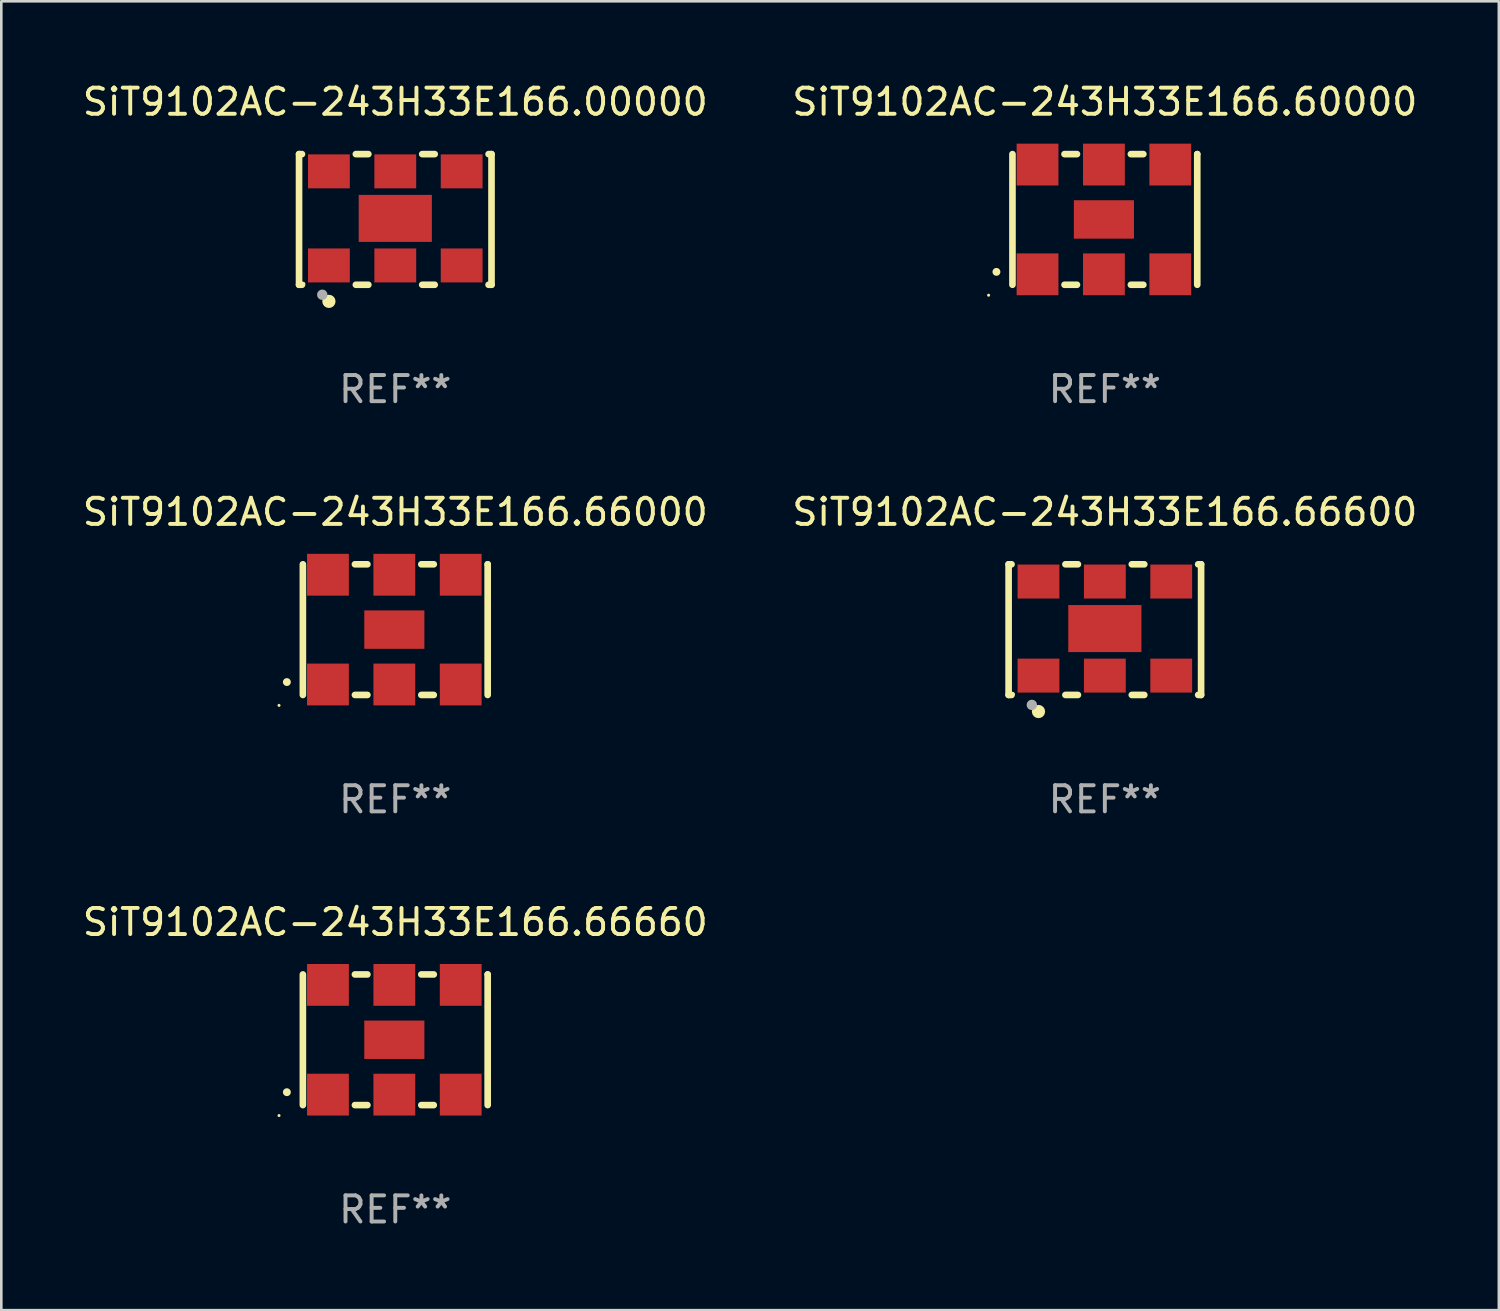
<source format=kicad_pcb>
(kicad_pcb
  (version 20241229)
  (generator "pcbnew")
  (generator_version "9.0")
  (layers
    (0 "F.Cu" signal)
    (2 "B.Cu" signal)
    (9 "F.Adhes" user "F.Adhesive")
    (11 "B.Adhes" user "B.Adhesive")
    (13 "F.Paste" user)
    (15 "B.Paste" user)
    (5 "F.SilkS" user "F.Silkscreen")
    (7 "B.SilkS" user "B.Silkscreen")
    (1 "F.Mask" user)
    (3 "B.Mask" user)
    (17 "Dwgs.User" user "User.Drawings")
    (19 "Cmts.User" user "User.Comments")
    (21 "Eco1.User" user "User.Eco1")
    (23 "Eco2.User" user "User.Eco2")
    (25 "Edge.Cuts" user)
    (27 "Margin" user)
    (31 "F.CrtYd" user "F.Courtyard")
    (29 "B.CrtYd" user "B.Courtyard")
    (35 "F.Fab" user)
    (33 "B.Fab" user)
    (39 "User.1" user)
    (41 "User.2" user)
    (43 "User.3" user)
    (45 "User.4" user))
  (footprint "SiT9102AC-243H33E166.00000"
    (layer "F.Cu")
    (at 12.077 5.348)
    (property "Reference" "SiT9102AC-243H33E166.00000" (at 0 -4.5 0) (layer "F.SilkS") (effects (font (size 1 1) (thickness 0.15))))
    (attr through_hole)
    (fp_line (start -3.683 -2.5) (end -3.571 -2.5) (stroke (width 0.254) (type solid)) (layer "F.SilkS"))
    (fp_line (start -3.683 2.5) (end -3.683 -2.5) (stroke (width 0.254) (type solid)) (layer "F.SilkS"))
    (fp_line (start -3.683 2.5) (end -3.571 2.5) (stroke (width 0.254) (type solid)) (layer "F.SilkS"))
    (fp_line (start -1.509 -2.5) (end -1.031 -2.5) (stroke (width 0.254) (type solid)) (layer "F.SilkS"))
    (fp_line (start -1.509 2.5) (end -1.031 2.5) (stroke (width 0.254) (type solid)) (layer "F.SilkS"))
    (fp_line (start 1.031 -2.5) (end 1.509 -2.5) (stroke (width 0.254) (type solid)) (layer "F.SilkS"))
    (fp_line (start 1.031 2.5) (end 1.509 2.5) (stroke (width 0.254) (type solid)) (layer "F.SilkS"))
    (fp_line (start 3.571 -2.5) (end 3.683 -2.5) (stroke (width 0.254) (type solid)) (layer "F.SilkS"))
    (fp_line (start 3.571 2.5) (end 3.683 2.5) (stroke (width 0.254) (type solid)) (layer "F.SilkS"))
    (fp_line (start 3.683 2.5) (end 3.683 -2.5) (stroke (width 0.254) (type solid)) (layer "F.SilkS"))
    (fp_circle (center -3.5 2.46) (end -3.47 2.46) (stroke (width 0.06) (type solid)) (fill no) (layer "F.SilkS"))
    (fp_circle (center -2.54 3.135) (end -2.413 3.135) (stroke (width 0.254) (type solid)) (fill no) (layer "F.SilkS"))
    (fp_circle (center -2.794 2.881) (end -2.694 2.881) (stroke (width 0.2) (type solid)) (fill no) (layer "F.Fab"))
    (fp_text user "REF**" (at 0 6.5 0) (layer "F.Fab") (effects (font (size 1 1) (thickness 0.15))))
    (pad "1" smd rect (at -2.54 1.76) (size 1.6 1.3) (layers "F.Cu" "F.Mask" "F.Paste"))
    (pad "2" smd rect (at 0 1.76) (size 1.6 1.3) (layers "F.Cu" "F.Mask" "F.Paste"))
    (pad "3" smd rect (at 2.54 1.76) (size 1.6 1.3) (layers "F.Cu" "F.Mask" "F.Paste"))
    (pad "4" smd rect (at 2.54 -1.84) (size 1.6 1.3) (layers "F.Cu" "F.Mask" "F.Paste"))
    (pad "5" smd rect (at 0 -1.84) (size 1.6 1.3) (layers "F.Cu" "F.Mask" "F.Paste"))
    (pad "6" smd rect (at -2.54 -1.84) (size 1.6 1.3) (layers "F.Cu" "F.Mask" "F.Paste"))
    (pad "7" smd rect (at 0 -0.04) (size 2.8 1.8) (layers "F.Cu" "F.Mask" "F.Paste")))
  (footprint "SiT9102AC-243H33E166.66660"
    (layer "F.Cu")
    (at 12.077 36.741)
    (property "Reference" "SiT9102AC-243H33E166.66660" (at 0 -4.5 0) (layer "F.SilkS") (effects (font (size 1 1) (thickness 0.15))))
    (attr through_hole)
    (fp_line (start -3.536 -2.5) (end -3.536 2.5) (stroke (width 0.254) (type solid)) (layer "F.SilkS"))
    (fp_line (start -1.544 2.5) (end -1.067 2.5) (stroke (width 0.254) (type solid)) (layer "F.SilkS"))
    (fp_line (start -1.067 -2.5) (end -1.544 -2.5) (stroke (width 0.254) (type solid)) (layer "F.SilkS"))
    (fp_line (start 0.996 2.5) (end 1.473 2.5) (stroke (width 0.254) (type solid)) (layer "F.SilkS"))
    (fp_line (start 1.473 -2.5) (end 0.996 -2.5) (stroke (width 0.254) (type solid)) (layer "F.SilkS"))
    (fp_line (start 3.536 -2.5) (end 3.536 -2.5) (stroke (width 0.254) (type solid)) (layer "F.SilkS"))
    (fp_line (start 3.536 2.5) (end 3.536 -2.5) (stroke (width 0.254) (type solid)) (layer "F.SilkS"))
    (fp_arc (start -4.150432 2.006604) (mid -4.149162 2.006599) (end -4.147892 2.006604) (stroke (width 0.3) (type solid)) (layer "F.SilkS"))
    (fp_circle (center -4.449 2.9) (end -4.419 2.9) (stroke (width 0.06) (type solid)) (fill no) (layer "F.SilkS"))
    (fp_text user "REF**" (at 0 6.5 0) (layer "F.Fab") (effects (font (size 1 1) (thickness 0.15))))
    (pad "1" smd rect (at -2.576 2.1) (size 1.6 1.6) (layers "F.Cu" "F.Mask" "F.Paste"))
    (pad "2" smd rect (at -0.036 2.1) (size 1.6 1.6) (layers "F.Cu" "F.Mask" "F.Paste"))
    (pad "3" smd rect (at 2.504 2.1) (size 1.6 1.6) (layers "F.Cu" "F.Mask" "F.Paste"))
    (pad "4" smd rect (at 2.504 -2.1) (size 1.6 1.6) (layers "F.Cu" "F.Mask" "F.Paste"))
    (pad "5" smd rect (at -0.036 -2.1) (size 1.6 1.6) (layers "F.Cu" "F.Mask" "F.Paste"))
    (pad "6" smd rect (at -2.576 -2.1) (size 1.6 1.6) (layers "F.Cu" "F.Mask" "F.Paste"))
    (pad "7" smd rect (at -0.036 0) (size 2.3 1.47) (layers "F.Cu" "F.Mask" "F.Paste")))
  (footprint "SiT9102AC-243H33E166.60000"
    (layer "F.Cu")
    (at 39.232 5.348)
    (property "Reference" "SiT9102AC-243H33E166.60000" (at 0 -4.5 0) (layer "F.SilkS") (effects (font (size 1 1) (thickness 0.15))))
    (attr through_hole)
    (fp_line (start -3.536 -2.5) (end -3.536 2.5) (stroke (width 0.254) (type solid)) (layer "F.SilkS"))
    (fp_line (start -1.544 2.5) (end -1.067 2.5) (stroke (width 0.254) (type solid)) (layer "F.SilkS"))
    (fp_line (start -1.067 -2.5) (end -1.544 -2.5) (stroke (width 0.254) (type solid)) (layer "F.SilkS"))
    (fp_line (start 0.996 2.5) (end 1.473 2.5) (stroke (width 0.254) (type solid)) (layer "F.SilkS"))
    (fp_line (start 1.473 -2.5) (end 0.996 -2.5) (stroke (width 0.254) (type solid)) (layer "F.SilkS"))
    (fp_line (start 3.536 -2.5) (end 3.536 -2.5) (stroke (width 0.254) (type solid)) (layer "F.SilkS"))
    (fp_line (start 3.536 2.5) (end 3.536 -2.5) (stroke (width 0.254) (type solid)) (layer "F.SilkS"))
    (fp_arc (start -4.150432 2.006604) (mid -4.149162 2.006599) (end -4.147892 2.006604) (stroke (width 0.3) (type solid)) (layer "F.SilkS"))
    (fp_circle (center -4.449 2.9) (end -4.419 2.9) (stroke (width 0.06) (type solid)) (fill no) (layer "F.SilkS"))
    (fp_text user "REF**" (at 0 6.5 0) (layer "F.Fab") (effects (font (size 1 1) (thickness 0.15))))
    (pad "1" smd rect (at -2.576 2.1) (size 1.6 1.6) (layers "F.Cu" "F.Mask" "F.Paste"))
    (pad "2" smd rect (at -0.036 2.1) (size 1.6 1.6) (layers "F.Cu" "F.Mask" "F.Paste"))
    (pad "3" smd rect (at 2.504 2.1) (size 1.6 1.6) (layers "F.Cu" "F.Mask" "F.Paste"))
    (pad "4" smd rect (at 2.504 -2.1) (size 1.6 1.6) (layers "F.Cu" "F.Mask" "F.Paste"))
    (pad "5" smd rect (at -0.036 -2.1) (size 1.6 1.6) (layers "F.Cu" "F.Mask" "F.Paste"))
    (pad "6" smd rect (at -2.576 -2.1) (size 1.6 1.6) (layers "F.Cu" "F.Mask" "F.Paste"))
    (pad "7" smd rect (at -0.036 0) (size 2.3 1.47) (layers "F.Cu" "F.Mask" "F.Paste")))
  (footprint "SiT9102AC-243H33E166.66000"
    (layer "F.Cu")
    (at 12.077 21.045)
    (property "Reference" "SiT9102AC-243H33E166.66000" (at 0 -4.5 0) (layer "F.SilkS") (effects (font (size 1 1) (thickness 0.15))))
    (attr through_hole)
    (fp_line (start -3.536 -2.5) (end -3.536 2.5) (stroke (width 0.254) (type solid)) (layer "F.SilkS"))
    (fp_line (start -1.544 2.5) (end -1.067 2.5) (stroke (width 0.254) (type solid)) (layer "F.SilkS"))
    (fp_line (start -1.067 -2.5) (end -1.544 -2.5) (stroke (width 0.254) (type solid)) (layer "F.SilkS"))
    (fp_line (start 0.996 2.5) (end 1.473 2.5) (stroke (width 0.254) (type solid)) (layer "F.SilkS"))
    (fp_line (start 1.473 -2.5) (end 0.996 -2.5) (stroke (width 0.254) (type solid)) (layer "F.SilkS"))
    (fp_line (start 3.536 -2.5) (end 3.536 -2.5) (stroke (width 0.254) (type solid)) (layer "F.SilkS"))
    (fp_line (start 3.536 2.5) (end 3.536 -2.5) (stroke (width 0.254) (type solid)) (layer "F.SilkS"))
    (fp_arc (start -4.150432 2.006604) (mid -4.149162 2.006599) (end -4.147892 2.006604) (stroke (width 0.3) (type solid)) (layer "F.SilkS"))
    (fp_circle (center -4.449 2.9) (end -4.419 2.9) (stroke (width 0.06) (type solid)) (fill no) (layer "F.SilkS"))
    (fp_text user "REF**" (at 0 6.5 0) (layer "F.Fab") (effects (font (size 1 1) (thickness 0.15))))
    (pad "1" smd rect (at -2.576 2.1) (size 1.6 1.6) (layers "F.Cu" "F.Mask" "F.Paste"))
    (pad "2" smd rect (at -0.036 2.1) (size 1.6 1.6) (layers "F.Cu" "F.Mask" "F.Paste"))
    (pad "3" smd rect (at 2.504 2.1) (size 1.6 1.6) (layers "F.Cu" "F.Mask" "F.Paste"))
    (pad "4" smd rect (at 2.504 -2.1) (size 1.6 1.6) (layers "F.Cu" "F.Mask" "F.Paste"))
    (pad "5" smd rect (at -0.036 -2.1) (size 1.6 1.6) (layers "F.Cu" "F.Mask" "F.Paste"))
    (pad "6" smd rect (at -2.576 -2.1) (size 1.6 1.6) (layers "F.Cu" "F.Mask" "F.Paste"))
    (pad "7" smd rect (at -0.036 0) (size 2.3 1.47) (layers "F.Cu" "F.Mask" "F.Paste")))
  (footprint "SiT9102AC-243H33E166.66600"
    (layer "F.Cu")
    (at 39.232 21.045)
    (property "Reference" "SiT9102AC-243H33E166.66600" (at 0 -4.5 0) (layer "F.SilkS") (effects (font (size 1 1) (thickness 0.15))))
    (attr through_hole)
    (fp_line (start -3.683 -2.5) (end -3.571 -2.5) (stroke (width 0.254) (type solid)) (layer "F.SilkS"))
    (fp_line (start -3.683 2.5) (end -3.683 -2.5) (stroke (width 0.254) (type solid)) (layer "F.SilkS"))
    (fp_line (start -3.683 2.5) (end -3.571 2.5) (stroke (width 0.254) (type solid)) (layer "F.SilkS"))
    (fp_line (start -1.509 -2.5) (end -1.031 -2.5) (stroke (width 0.254) (type solid)) (layer "F.SilkS"))
    (fp_line (start -1.509 2.5) (end -1.031 2.5) (stroke (width 0.254) (type solid)) (layer "F.SilkS"))
    (fp_line (start 1.031 -2.5) (end 1.509 -2.5) (stroke (width 0.254) (type solid)) (layer "F.SilkS"))
    (fp_line (start 1.031 2.5) (end 1.509 2.5) (stroke (width 0.254) (type solid)) (layer "F.SilkS"))
    (fp_line (start 3.571 -2.5) (end 3.683 -2.5) (stroke (width 0.254) (type solid)) (layer "F.SilkS"))
    (fp_line (start 3.571 2.5) (end 3.683 2.5) (stroke (width 0.254) (type solid)) (layer "F.SilkS"))
    (fp_line (start 3.683 2.5) (end 3.683 -2.5) (stroke (width 0.254) (type solid)) (layer "F.SilkS"))
    (fp_circle (center -3.5 2.46) (end -3.47 2.46) (stroke (width 0.06) (type solid)) (fill no) (layer "F.SilkS"))
    (fp_circle (center -2.54 3.135) (end -2.413 3.135) (stroke (width 0.254) (type solid)) (fill no) (layer "F.SilkS"))
    (fp_circle (center -2.794 2.881) (end -2.694 2.881) (stroke (width 0.2) (type solid)) (fill no) (layer "F.Fab"))
    (fp_text user "REF**" (at 0 6.5 0) (layer "F.Fab") (effects (font (size 1 1) (thickness 0.15))))
    (pad "1" smd rect (at -2.54 1.76) (size 1.6 1.3) (layers "F.Cu" "F.Mask" "F.Paste"))
    (pad "2" smd rect (at 0 1.76) (size 1.6 1.3) (layers "F.Cu" "F.Mask" "F.Paste"))
    (pad "3" smd rect (at 2.54 1.76) (size 1.6 1.3) (layers "F.Cu" "F.Mask" "F.Paste"))
    (pad "4" smd rect (at 2.54 -1.84) (size 1.6 1.3) (layers "F.Cu" "F.Mask" "F.Paste"))
    (pad "5" smd rect (at 0 -1.84) (size 1.6 1.3) (layers "F.Cu" "F.Mask" "F.Paste"))
    (pad "6" smd rect (at -2.54 -1.84) (size 1.6 1.3) (layers "F.Cu" "F.Mask" "F.Paste"))
    (pad "7" smd rect (at 0 -0.04) (size 2.8 1.8) (layers "F.Cu" "F.Mask" "F.Paste")))
  (gr_rect
    (start -3 -3)
    (end 54.31 47.09)
    (stroke (width 0.1) (type default))
    (fill no)
    (layer "Edge.Cuts")))
</source>
